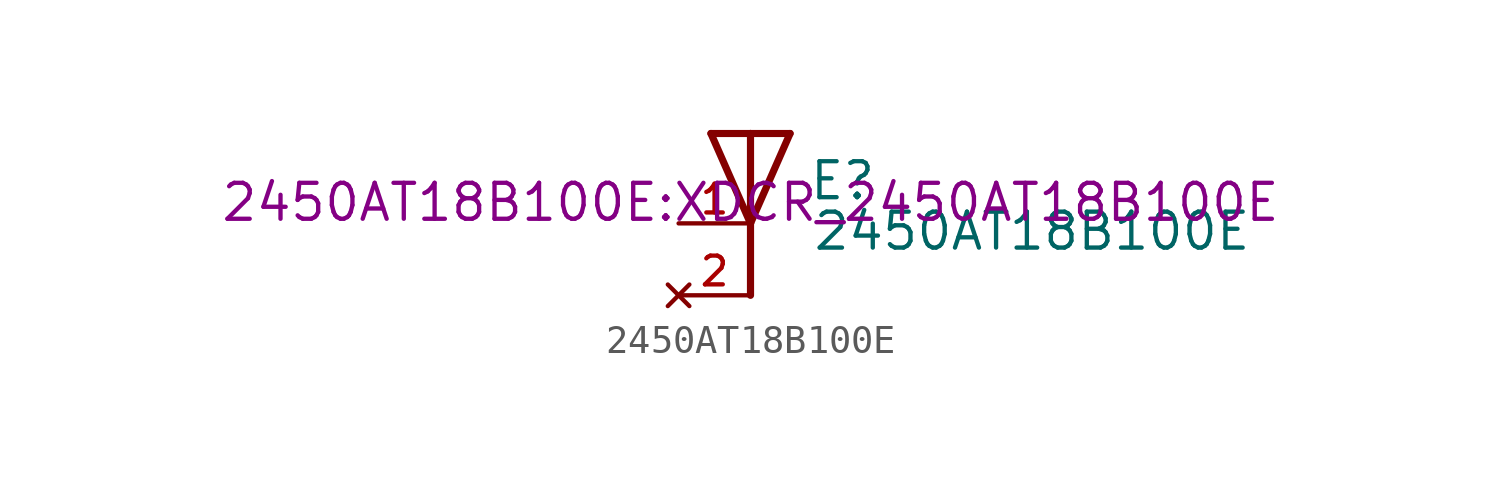
<source format=kicad_sym>
(kicad_symbol_lib
  (version 20231120)
  (generator "kicad_symbol_editor")
  (generator_version "8.0")
  (symbol "2450AT18B100E"
    (pin_names
      (offset 1.016))
    (property "Reference" "E"
      (at 2.034 0.763 0)
      (effects (font (size 1.27 1.27)) (justify left bottom)))
    (property "Value" "2450AT18B100E"
      (at 2.163 -1.018 0)
      (effects (font (size 1.27 1.27)) (justify left bottom)))
    (property "Footprint" "2450AT18B100E:XDCR_2450AT18B100E"
      (at 0 0 0)
      (effects (font (size 1.27 1.27)) (justify bottom)))
    (symbol "2450AT18B100E_0_0"
      (polyline (pts (xy -1.397 3.175) (xy 0 3.175)) (stroke (width 0.254) (type default)) (fill (type none)))
      (polyline (pts (xy 0 0) (xy -1.397 3.175)) (stroke (width 0.254) (type default)) (fill (type none)))
      (polyline (pts (xy 0 0) (xy 0 -2.54)) (stroke (width 0.254) (type default)) (fill (type none)))
      (polyline (pts (xy 0 3.175) (xy 0 0)) (stroke (width 0.254) (type default)) (fill (type none)))
      (polyline (pts (xy 0 3.175) (xy 1.397 3.175)) (stroke (width 0.254) (type default)) (fill (type none)))
      (polyline (pts (xy 1.397 3.175) (xy 0 0)) (stroke (width 0.254) (type default)) (fill (type none)))
      (pin passive line (at -2.54 0 0) (length 2.54) (name "~" (effects (font (size 1.016 1.016)))) (number "1" (effects (font (size 1.016 1.016)))))
      (pin no_connect line (at -2.54 -2.54 0) (length 2.54) (name "~" (effects (font (size 1.016 1.016)))) (number "2" (effects (font (size 1.016 1.016))))))))
</source>
